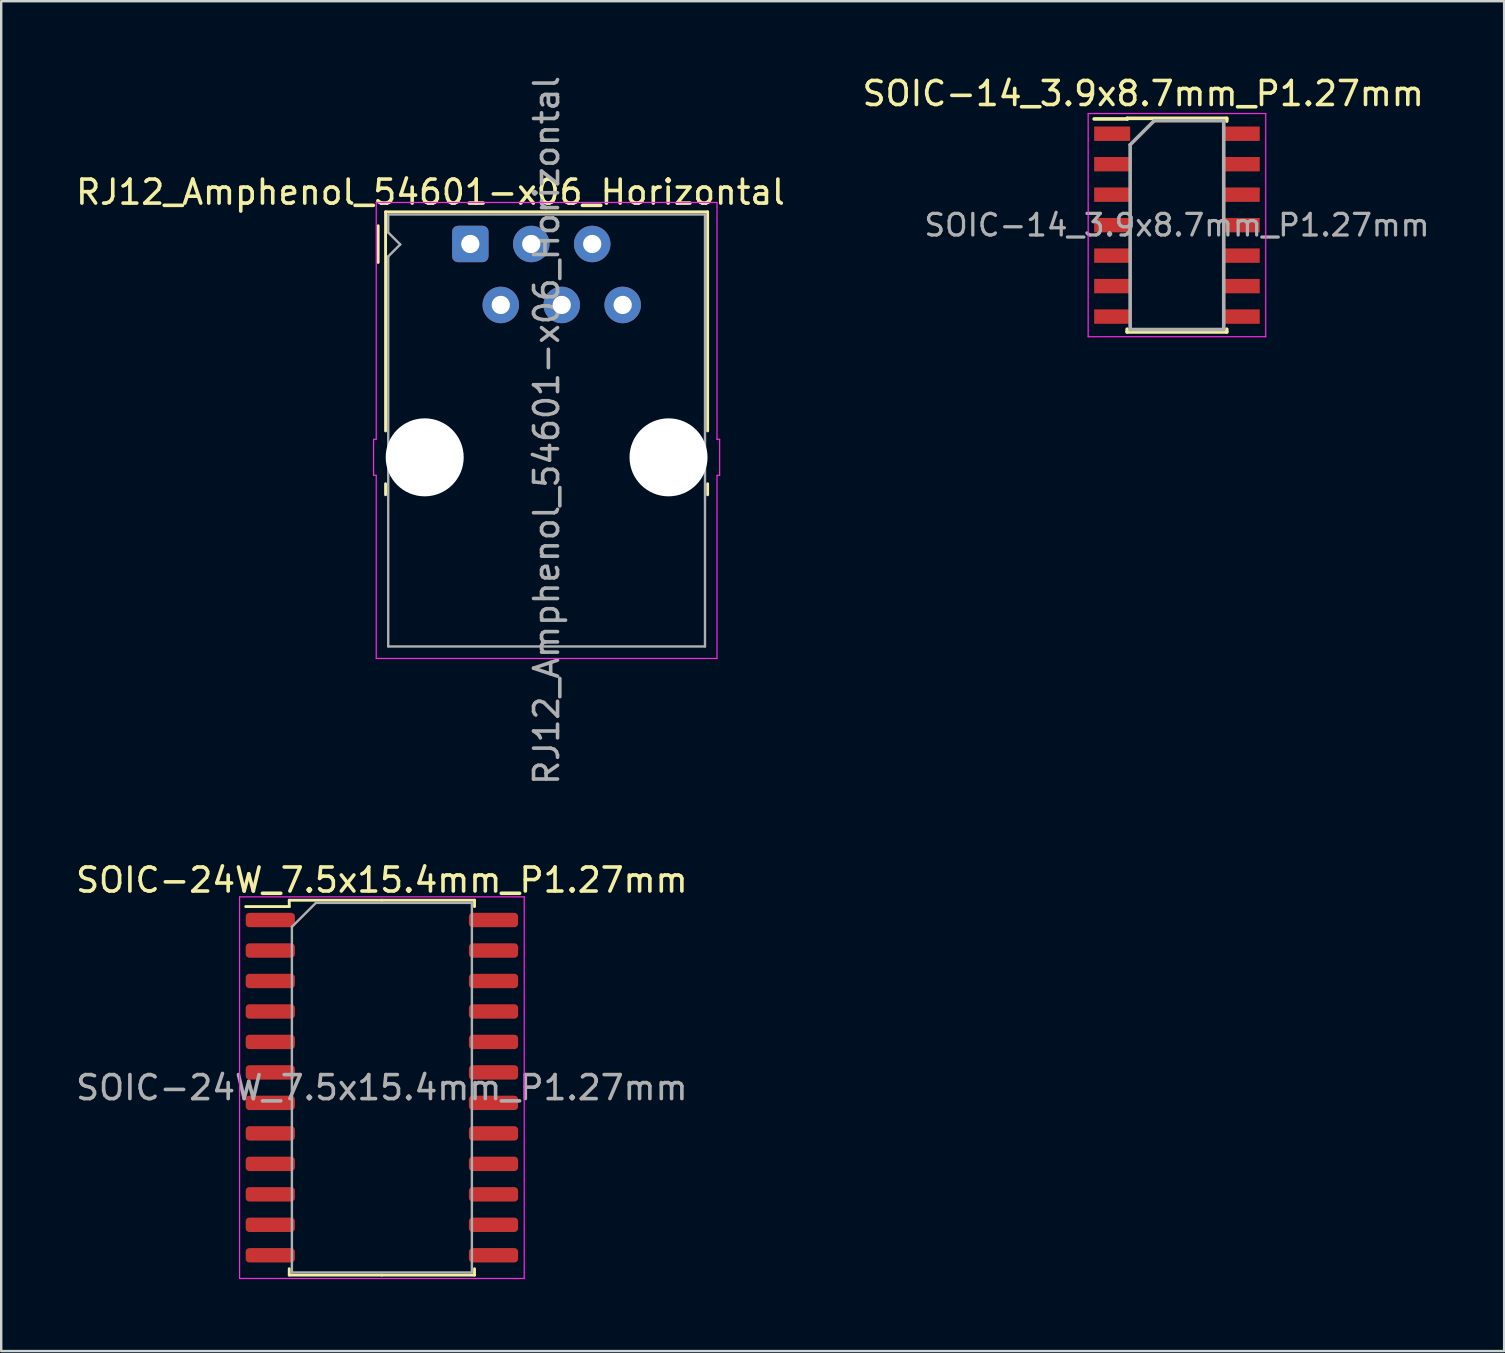
<source format=kicad_pcb>
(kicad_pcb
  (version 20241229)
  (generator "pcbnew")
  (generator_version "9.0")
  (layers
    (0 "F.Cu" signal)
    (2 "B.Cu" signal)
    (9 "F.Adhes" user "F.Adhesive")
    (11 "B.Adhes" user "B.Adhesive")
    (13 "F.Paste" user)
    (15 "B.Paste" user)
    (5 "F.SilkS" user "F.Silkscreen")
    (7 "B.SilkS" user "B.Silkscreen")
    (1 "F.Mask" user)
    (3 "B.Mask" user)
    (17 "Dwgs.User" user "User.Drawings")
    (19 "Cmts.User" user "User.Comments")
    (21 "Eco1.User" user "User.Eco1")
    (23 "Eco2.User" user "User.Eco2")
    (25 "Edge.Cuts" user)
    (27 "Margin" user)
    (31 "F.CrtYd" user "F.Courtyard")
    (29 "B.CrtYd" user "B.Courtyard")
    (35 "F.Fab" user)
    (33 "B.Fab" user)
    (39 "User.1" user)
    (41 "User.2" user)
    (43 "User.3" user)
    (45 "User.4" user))
  (footprint "SOIC-14_3.9x8.7mm_P1.27mm"
    (layer "F.Cu")
    (at 45.993 6.332)
    (property "Reference" "SOIC-14_3.9x8.7mm_P1.27mm" (at -1.404 -5.484 0) (layer "F.SilkS") (effects (font (size 1 1) (thickness 0.15))))
    (attr smd)
    (fp_line (start -2.075 -4.45) (end -2.075 -4.425) (stroke (width 0.15) (type solid)) (layer "F.SilkS"))
    (fp_line (start -2.075 -4.45) (end 2.075 -4.45) (stroke (width 0.15) (type solid)) (layer "F.SilkS"))
    (fp_line (start -2.075 -4.425) (end -3.45 -4.425) (stroke (width 0.15) (type solid)) (layer "F.SilkS"))
    (fp_line (start -2.075 4.45) (end -2.075 4.335) (stroke (width 0.15) (type solid)) (layer "F.SilkS"))
    (fp_line (start -2.075 4.45) (end 2.075 4.45) (stroke (width 0.15) (type solid)) (layer "F.SilkS"))
    (fp_line (start 2.075 -4.45) (end 2.075 -4.335) (stroke (width 0.15) (type solid)) (layer "F.SilkS"))
    (fp_line (start 2.075 4.45) (end 2.075 4.335) (stroke (width 0.15) (type solid)) (layer "F.SilkS"))
    (fp_line (start -3.7 -4.65) (end -3.7 4.65) (stroke (width 0.05) (type solid)) (layer "F.CrtYd"))
    (fp_line (start -3.7 -4.65) (end 3.7 -4.65) (stroke (width 0.05) (type solid)) (layer "F.CrtYd"))
    (fp_line (start -3.7 4.65) (end 3.7 4.65) (stroke (width 0.05) (type solid)) (layer "F.CrtYd"))
    (fp_line (start 3.7 -4.65) (end 3.7 4.65) (stroke (width 0.05) (type solid)) (layer "F.CrtYd"))
    (fp_line (start -1.95 -3.35) (end -0.95 -4.35) (stroke (width 0.15) (type solid)) (layer "F.Fab"))
    (fp_line (start -1.95 4.35) (end -1.95 -3.35) (stroke (width 0.15) (type solid)) (layer "F.Fab"))
    (fp_line (start -0.95 -4.35) (end 1.95 -4.35) (stroke (width 0.15) (type solid)) (layer "F.Fab"))
    (fp_line (start 1.95 -4.35) (end 1.95 4.35) (stroke (width 0.15) (type solid)) (layer "F.Fab"))
    (fp_line (start 1.95 4.35) (end -1.95 4.35) (stroke (width 0.15) (type solid)) (layer "F.Fab"))
    (fp_text user "${REFERENCE}" (at 0 0 0) (layer "F.Fab") (effects (font (size 0.9 0.9) (thickness 0.135))))
    (pad "1" smd rect (at -2.7 -3.81) (size 1.5 0.6) (layers "F.Cu" "F.Mask" "F.Paste"))
    (pad "2" smd rect (at -2.7 -2.54) (size 1.5 0.6) (layers "F.Cu" "F.Mask" "F.Paste"))
    (pad "3" smd rect (at -2.7 -1.27) (size 1.5 0.6) (layers "F.Cu" "F.Mask" "F.Paste"))
    (pad "4" smd rect (at -2.7 0) (size 1.5 0.6) (layers "F.Cu" "F.Mask" "F.Paste"))
    (pad "5" smd rect (at -2.7 1.27) (size 1.5 0.6) (layers "F.Cu" "F.Mask" "F.Paste"))
    (pad "6" smd rect (at -2.7 2.54) (size 1.5 0.6) (layers "F.Cu" "F.Mask" "F.Paste"))
    (pad "7" smd rect (at -2.7 3.81) (size 1.5 0.6) (layers "F.Cu" "F.Mask" "F.Paste"))
    (pad "8" smd rect (at 2.7 3.81) (size 1.5 0.6) (layers "F.Cu" "F.Mask" "F.Paste"))
    (pad "9" smd rect (at 2.7 2.54) (size 1.5 0.6) (layers "F.Cu" "F.Mask" "F.Paste"))
    (pad "10" smd rect (at 2.7 1.27) (size 1.5 0.6) (layers "F.Cu" "F.Mask" "F.Paste"))
    (pad "11" smd rect (at 2.7 0) (size 1.5 0.6) (layers "F.Cu" "F.Mask" "F.Paste"))
    (pad "12" smd rect (at 2.7 -1.27) (size 1.5 0.6) (layers "F.Cu" "F.Mask" "F.Paste"))
    (pad "13" smd rect (at 2.7 -2.54) (size 1.5 0.6) (layers "F.Cu" "F.Mask" "F.Paste"))
    (pad "14" smd rect (at 2.7 -3.81) (size 1.5 0.6) (layers "F.Cu" "F.Mask" "F.Paste")))
  (footprint "SOIC-24W_7.5x15.4mm_P1.27mm"
    (layer "F.Cu")
    (at 12.863 42.272)
    (property "Reference" "SOIC-24W_7.5x15.4mm_P1.27mm" (at 0 -8.65 0) (layer "F.SilkS") (effects (font (size 1 1) (thickness 0.15))))
    (attr smd)
    (fp_line (start -3.86 -7.81) (end -3.86 -7.545) (stroke (width 0.12) (type solid)) (layer "F.SilkS"))
    (fp_line (start -3.86 -7.545) (end -5.675 -7.545) (stroke (width 0.12) (type solid)) (layer "F.SilkS"))
    (fp_line (start -3.86 7.81) (end -3.86 7.545) (stroke (width 0.12) (type solid)) (layer "F.SilkS"))
    (fp_line (start 0 -7.81) (end -3.86 -7.81) (stroke (width 0.12) (type solid)) (layer "F.SilkS"))
    (fp_line (start 0 -7.81) (end 3.86 -7.81) (stroke (width 0.12) (type solid)) (layer "F.SilkS"))
    (fp_line (start 0 7.81) (end -3.86 7.81) (stroke (width 0.12) (type solid)) (layer "F.SilkS"))
    (fp_line (start 0 7.81) (end 3.86 7.81) (stroke (width 0.12) (type solid)) (layer "F.SilkS"))
    (fp_line (start 3.86 -7.81) (end 3.86 -7.545) (stroke (width 0.12) (type solid)) (layer "F.SilkS"))
    (fp_line (start 3.86 7.81) (end 3.86 7.545) (stroke (width 0.12) (type solid)) (layer "F.SilkS"))
    (fp_line (start -5.93 -7.95) (end -5.93 7.95) (stroke (width 0.05) (type solid)) (layer "F.CrtYd"))
    (fp_line (start -5.93 7.95) (end 5.93 7.95) (stroke (width 0.05) (type solid)) (layer "F.CrtYd"))
    (fp_line (start 5.93 -7.95) (end -5.93 -7.95) (stroke (width 0.05) (type solid)) (layer "F.CrtYd"))
    (fp_line (start 5.93 7.95) (end 5.93 -7.95) (stroke (width 0.05) (type solid)) (layer "F.CrtYd"))
    (fp_line (start -3.75 -6.7) (end -2.75 -7.7) (stroke (width 0.1) (type solid)) (layer "F.Fab"))
    (fp_line (start -3.75 7.7) (end -3.75 -6.7) (stroke (width 0.1) (type solid)) (layer "F.Fab"))
    (fp_line (start -2.75 -7.7) (end 3.75 -7.7) (stroke (width 0.1) (type solid)) (layer "F.Fab"))
    (fp_line (start 3.75 -7.7) (end 3.75 7.7) (stroke (width 0.1) (type solid)) (layer "F.Fab"))
    (fp_line (start 3.75 7.7) (end -3.75 7.7) (stroke (width 0.1) (type solid)) (layer "F.Fab"))
    (fp_text user "${REFERENCE}" (at 0 0 0) (layer "F.Fab") (effects (font (size 1 1) (thickness 0.15))))
    (pad "1" smd roundrect (at -4.65 -6.985) (size 2.05 0.6) (layers "F.Cu" "F.Mask" "F.Paste") (roundrect_rratio 0.25))
    (pad "2" smd roundrect (at -4.65 -5.715) (size 2.05 0.6) (layers "F.Cu" "F.Mask" "F.Paste") (roundrect_rratio 0.25))
    (pad "3" smd roundrect (at -4.65 -4.445) (size 2.05 0.6) (layers "F.Cu" "F.Mask" "F.Paste") (roundrect_rratio 0.25))
    (pad "4" smd roundrect (at -4.65 -3.175) (size 2.05 0.6) (layers "F.Cu" "F.Mask" "F.Paste") (roundrect_rratio 0.25))
    (pad "5" smd roundrect (at -4.65 -1.905) (size 2.05 0.6) (layers "F.Cu" "F.Mask" "F.Paste") (roundrect_rratio 0.25))
    (pad "6" smd roundrect (at -4.65 -0.635) (size 2.05 0.6) (layers "F.Cu" "F.Mask" "F.Paste") (roundrect_rratio 0.25))
    (pad "7" smd roundrect (at -4.65 0.635) (size 2.05 0.6) (layers "F.Cu" "F.Mask" "F.Paste") (roundrect_rratio 0.25))
    (pad "8" smd roundrect (at -4.65 1.905) (size 2.05 0.6) (layers "F.Cu" "F.Mask" "F.Paste") (roundrect_rratio 0.25))
    (pad "9" smd roundrect (at -4.65 3.175) (size 2.05 0.6) (layers "F.Cu" "F.Mask" "F.Paste") (roundrect_rratio 0.25))
    (pad "10" smd roundrect (at -4.65 4.445) (size 2.05 0.6) (layers "F.Cu" "F.Mask" "F.Paste") (roundrect_rratio 0.25))
    (pad "11" smd roundrect (at -4.65 5.715) (size 2.05 0.6) (layers "F.Cu" "F.Mask" "F.Paste") (roundrect_rratio 0.25))
    (pad "12" smd roundrect (at -4.65 6.985) (size 2.05 0.6) (layers "F.Cu" "F.Mask" "F.Paste") (roundrect_rratio 0.25))
    (pad "13" smd roundrect (at 4.65 6.985) (size 2.05 0.6) (layers "F.Cu" "F.Mask" "F.Paste") (roundrect_rratio 0.25))
    (pad "14" smd roundrect (at 4.65 5.715) (size 2.05 0.6) (layers "F.Cu" "F.Mask" "F.Paste") (roundrect_rratio 0.25))
    (pad "15" smd roundrect (at 4.65 4.445) (size 2.05 0.6) (layers "F.Cu" "F.Mask" "F.Paste") (roundrect_rratio 0.25))
    (pad "16" smd roundrect (at 4.65 3.175) (size 2.05 0.6) (layers "F.Cu" "F.Mask" "F.Paste") (roundrect_rratio 0.25))
    (pad "17" smd roundrect (at 4.65 1.905) (size 2.05 0.6) (layers "F.Cu" "F.Mask" "F.Paste") (roundrect_rratio 0.25))
    (pad "18" smd roundrect (at 4.65 0.635) (size 2.05 0.6) (layers "F.Cu" "F.Mask" "F.Paste") (roundrect_rratio 0.25))
    (pad "19" smd roundrect (at 4.65 -0.635) (size 2.05 0.6) (layers "F.Cu" "F.Mask" "F.Paste") (roundrect_rratio 0.25))
    (pad "20" smd roundrect (at 4.65 -1.905) (size 2.05 0.6) (layers "F.Cu" "F.Mask" "F.Paste") (roundrect_rratio 0.25))
    (pad "21" smd roundrect (at 4.65 -3.175) (size 2.05 0.6) (layers "F.Cu" "F.Mask" "F.Paste") (roundrect_rratio 0.25))
    (pad "22" smd roundrect (at 4.65 -4.445) (size 2.05 0.6) (layers "F.Cu" "F.Mask" "F.Paste") (roundrect_rratio 0.25))
    (pad "23" smd roundrect (at 4.65 -5.715) (size 2.05 0.6) (layers "F.Cu" "F.Mask" "F.Paste") (roundrect_rratio 0.25))
    (pad "24" smd roundrect (at 4.65 -6.985) (size 2.05 0.6) (layers "F.Cu" "F.Mask" "F.Paste") (roundrect_rratio 0.25)))
  (footprint "RJ12_Amphenol_54601-x06_Horizontal"
    (layer "F.Cu")
    (at 16.547 7.117)
    (property "Reference" "RJ12_Amphenol_54601-x06_Horizontal" (at -1.66 -2.16 0) (layer "F.SilkS") (effects (font (size 1 1) (thickness 0.15))))
    (attr through_hole)
    (fp_line (start -3.84 0.77) (end -3.84 -0.76) (stroke (width 0.12) (type solid)) (layer "F.SilkS"))
    (fp_line (start -3.53 -1.34) (end 9.89 -1.34) (stroke (width 0.12) (type solid)) (layer "F.SilkS"))
    (fp_line (start -3.53 7.79) (end -3.53 -1.34) (stroke (width 0.12) (type solid)) (layer "F.SilkS"))
    (fp_line (start -3.53 10.45) (end -3.53 9.99) (stroke (width 0.12) (type solid)) (layer "F.SilkS"))
    (fp_line (start 9.89 -1.34) (end 9.89 7.79) (stroke (width 0.12) (type solid)) (layer "F.SilkS"))
    (fp_line (start 9.89 10.45) (end 9.89 9.99) (stroke (width 0.12) (type solid)) (layer "F.SilkS"))
    (fp_line (start -4.03 8.14) (end -4.03 9.64) (stroke (width 0.05) (type default)) (layer "F.CrtYd"))
    (fp_line (start -4.03 8.14) (end -3.92 8.14) (stroke (width 0.05) (type default)) (layer "F.CrtYd"))
    (fp_line (start -4.03 9.64) (end -3.92 9.64) (stroke (width 0.05) (type default)) (layer "F.CrtYd"))
    (fp_line (start -3.92 -1.73) (end -3.92 8.14) (stroke (width 0.05) (type solid)) (layer "F.CrtYd"))
    (fp_line (start -3.92 -1.73) (end 10.28 -1.73) (stroke (width 0.05) (type solid)) (layer "F.CrtYd"))
    (fp_line (start -3.92 9.64) (end -3.92 17.27) (stroke (width 0.05) (type solid)) (layer "F.CrtYd"))
    (fp_line (start 10.28 -1.73) (end 10.28 8.14) (stroke (width 0.05) (type solid)) (layer "F.CrtYd"))
    (fp_line (start 10.28 9.64) (end 10.28 17.27) (stroke (width 0.05) (type solid)) (layer "F.CrtYd"))
    (fp_line (start 10.28 17.27) (end -3.92 17.27) (stroke (width 0.05) (type solid)) (layer "F.CrtYd"))
    (fp_line (start 10.39 8.14) (end 10.28 8.14) (stroke (width 0.05) (type default)) (layer "F.CrtYd"))
    (fp_line (start 10.39 8.14) (end 10.39 9.64) (stroke (width 0.05) (type default)) (layer "F.CrtYd"))
    (fp_line (start 10.39 9.64) (end 10.28 9.64) (stroke (width 0.05) (type default)) (layer "F.CrtYd"))
    (fp_line (start -3.42 -1.23) (end 9.78 -1.23) (stroke (width 0.1) (type solid)) (layer "F.Fab"))
    (fp_line (start -3.42 -0.48) (end -3.42 -1.23) (stroke (width 0.1) (type solid)) (layer "F.Fab"))
    (fp_line (start -3.42 0.52) (end -2.92 0.02) (stroke (width 0.1) (type solid)) (layer "F.Fab"))
    (fp_line (start -3.42 16.77) (end -3.42 0.52) (stroke (width 0.1) (type solid)) (layer "F.Fab"))
    (fp_line (start -2.92 0.02) (end -3.42 -0.48) (stroke (width 0.1) (type solid)) (layer "F.Fab"))
    (fp_line (start 9.78 -1.23) (end 9.78 16.77) (stroke (width 0.1) (type solid)) (layer "F.Fab"))
    (fp_line (start 9.78 16.77) (end -3.42 16.77) (stroke (width 0.1) (type solid)) (layer "F.Fab"))
    (fp_text user "${REFERENCE}" (at 3.18 7.77 270) (layer "F.Fab") (effects (font (size 1 1) (thickness 0.15))))
    (pad "" np_thru_hole circle (at -1.9 8.89) (size 3.25 3.25) (drill 3.25) (layers "*.Cu" "*.Mask"))
    (pad "" np_thru_hole circle (at 8.26 8.89) (size 3.25 3.25) (drill 3.25) (layers "*.Cu" "*.Mask"))
    (pad "1" thru_hole roundrect (at 0 0) (size 1.52 1.52) (drill 0.76) (layers "*.Cu" "*.Mask") (roundrect_rratio 0.164))
    (pad "2" thru_hole circle (at 1.27 2.54) (size 1.52 1.52) (drill 0.76) (layers "*.Cu" "*.Mask"))
    (pad "3" thru_hole circle (at 2.54 0) (size 1.52 1.52) (drill 0.76) (layers "*.Cu" "*.Mask"))
    (pad "4" thru_hole circle (at 3.81 2.54) (size 1.52 1.52) (drill 0.76) (layers "*.Cu" "*.Mask"))
    (pad "5" thru_hole circle (at 5.08 0) (size 1.52 1.52) (drill 0.76) (layers "*.Cu" "*.Mask"))
    (pad "6" thru_hole circle (at 6.35 2.54) (size 1.52 1.52) (drill 0.76) (layers "*.Cu" "*.Mask")))
  (gr_rect
    (start -3 -3)
    (end 59.627 53.247)
    (stroke (width 0.1) (type default))
    (fill no)
    (layer "Edge.Cuts")))
</source>
